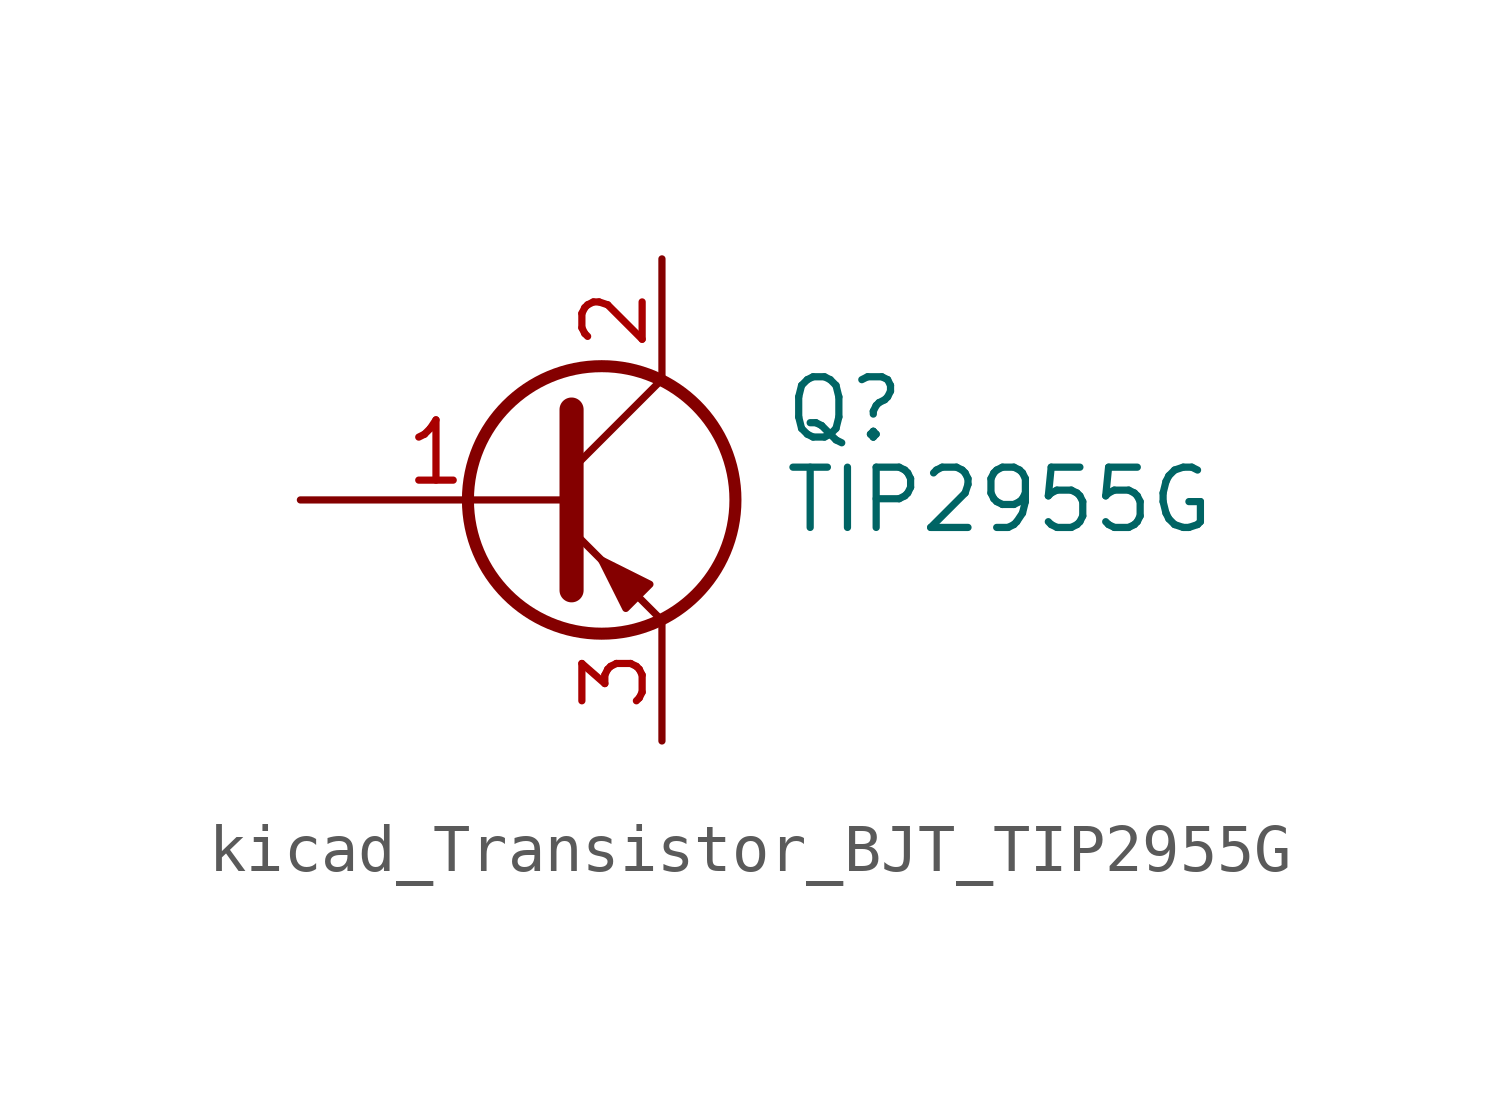
<source format=kicad_sym>
(kicad_symbol_lib
  (version 20220914)
  (generator kicad_symbol_editor)
  (symbol "kicad_Transistor_BJT_TIP2955G"
    (pin_names
      (offset 0) hide)
    (property "Reference" "Q"
      (at 5.08 1.905 0)
      (effects (font (size 1.27 1.27)) (justify left)))
    (property "Value" "TIP2955G"
      (at 5.08 0 0)
      (effects (font (size 1.27 1.27)) (justify left)))
    (symbol "kicad_Transistor_BJT_TIP2955G_0_1"
      (polyline (pts (xy 0.635 0.635) (xy 2.54 2.54)) (stroke (width 0) (type default)) (fill (type none)))
      (polyline (pts (xy 0.635 -0.635) (xy 2.54 -2.54) (xy 2.54 -2.54)) (stroke (width 0) (type default)) (fill (type none)))
      (polyline (pts (xy 0.635 1.905) (xy 0.635 -1.905) (xy 0.635 -1.905)) (stroke (width 0.508) (type default)) (fill (type none)))
      (polyline (pts (xy 2.286 -1.778) (xy 1.778 -2.286) (xy 1.27 -1.27) (xy 2.286 -1.778) (xy 2.286 -1.778)) (stroke (width 0) (type default)) (fill (type outline)))
      (circle (center 1.27 0) (radius 2.819) (stroke (width 0.254) (type default)) (fill (type none))))
    (symbol "kicad_Transistor_BJT_TIP2955G_1_1"
      (pin input line (at -5.08 0 0) (length 5.715) (name "B" (effects (font (size 1.27 1.27)))) (number "1" (effects (font (size 1.27 1.27)))))
      (pin passive line (at 2.54 5.08 270) (length 2.54) (name "C" (effects (font (size 1.27 1.27)))) (number "2" (effects (font (size 1.27 1.27)))))
      (pin passive line (at 2.54 -5.08 90) (length 2.54) (name "E" (effects (font (size 1.27 1.27)))) (number "3" (effects (font (size 1.27 1.27))))))))
</source>
